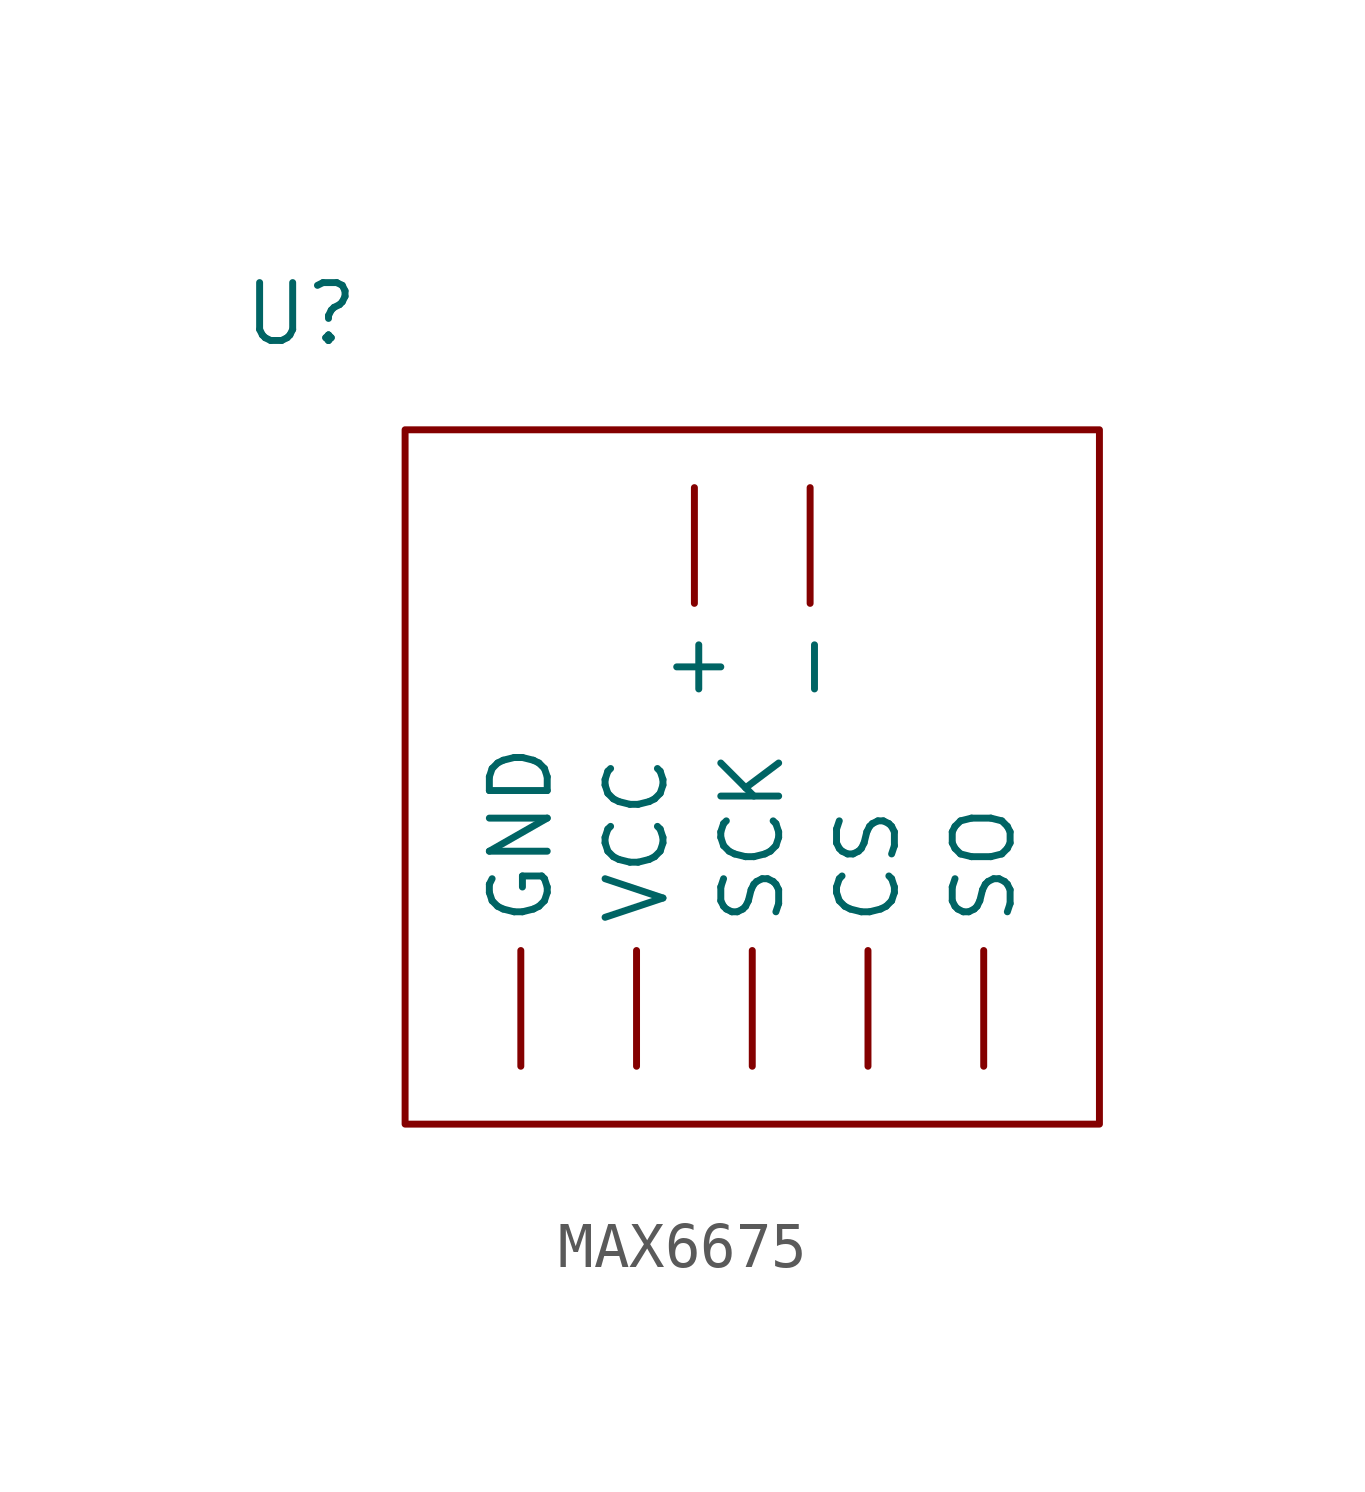
<source format=kicad_sym>
(kicad_symbol_lib
  (version 20241209)
  (generator "kicad_symbol_editor")
  (generator_version "9.0")
  (symbol "MAX6675"
    (pin_numbers
      (hide yes))
    (property "Reference" "U"
      (at -2.286 2.54 0)
      (effects (font (size 1.27 1.27))))
    (property "Value" ""
      (at 0 0 0)
      (effects (font (size 1.27 1.27))))
    (symbol "MAX6675_0_1"
      (rectangle (start 0 0) (end 15.24 -15.24) (stroke (width 0) (type default)) (fill (type none))))
    (symbol "MAX6675_1_1"
      (pin passive line (at 2.54 -13.97 90) (length 2.54) (name "GND" (effects (font (size 1.27 1.27)))) (number "" (effects (font (size 1.27 1.27)))))
      (pin passive line (at 5.08 -13.97 90) (length 2.54) (name "VCC" (effects (font (size 1.27 1.27)))) (number "" (effects (font (size 1.27 1.27)))))
      (pin passive line (at 6.35 -1.27 270) (length 2.54) (name "+" (effects (font (size 1.27 1.27)))) (number "" (effects (font (size 1.27 1.27)))))
      (pin passive line (at 7.62 -13.97 90) (length 2.54) (name "SCK" (effects (font (size 1.27 1.27)))) (number "" (effects (font (size 1.27 1.27)))))
      (pin passive line (at 8.89 -1.27 270) (length 2.54) (name "-" (effects (font (size 1.27 1.27)))) (number "" (effects (font (size 1.27 1.27)))))
      (pin passive line (at 10.16 -13.97 90) (length 2.54) (name "CS" (effects (font (size 1.27 1.27)))) (number "" (effects (font (size 1.27 1.27)))))
      (pin passive line (at 12.7 -13.97 90) (length 2.54) (name "SO" (effects (font (size 1.27 1.27)))) (number "" (effects (font (size 1.27 1.27))))))))
</source>
